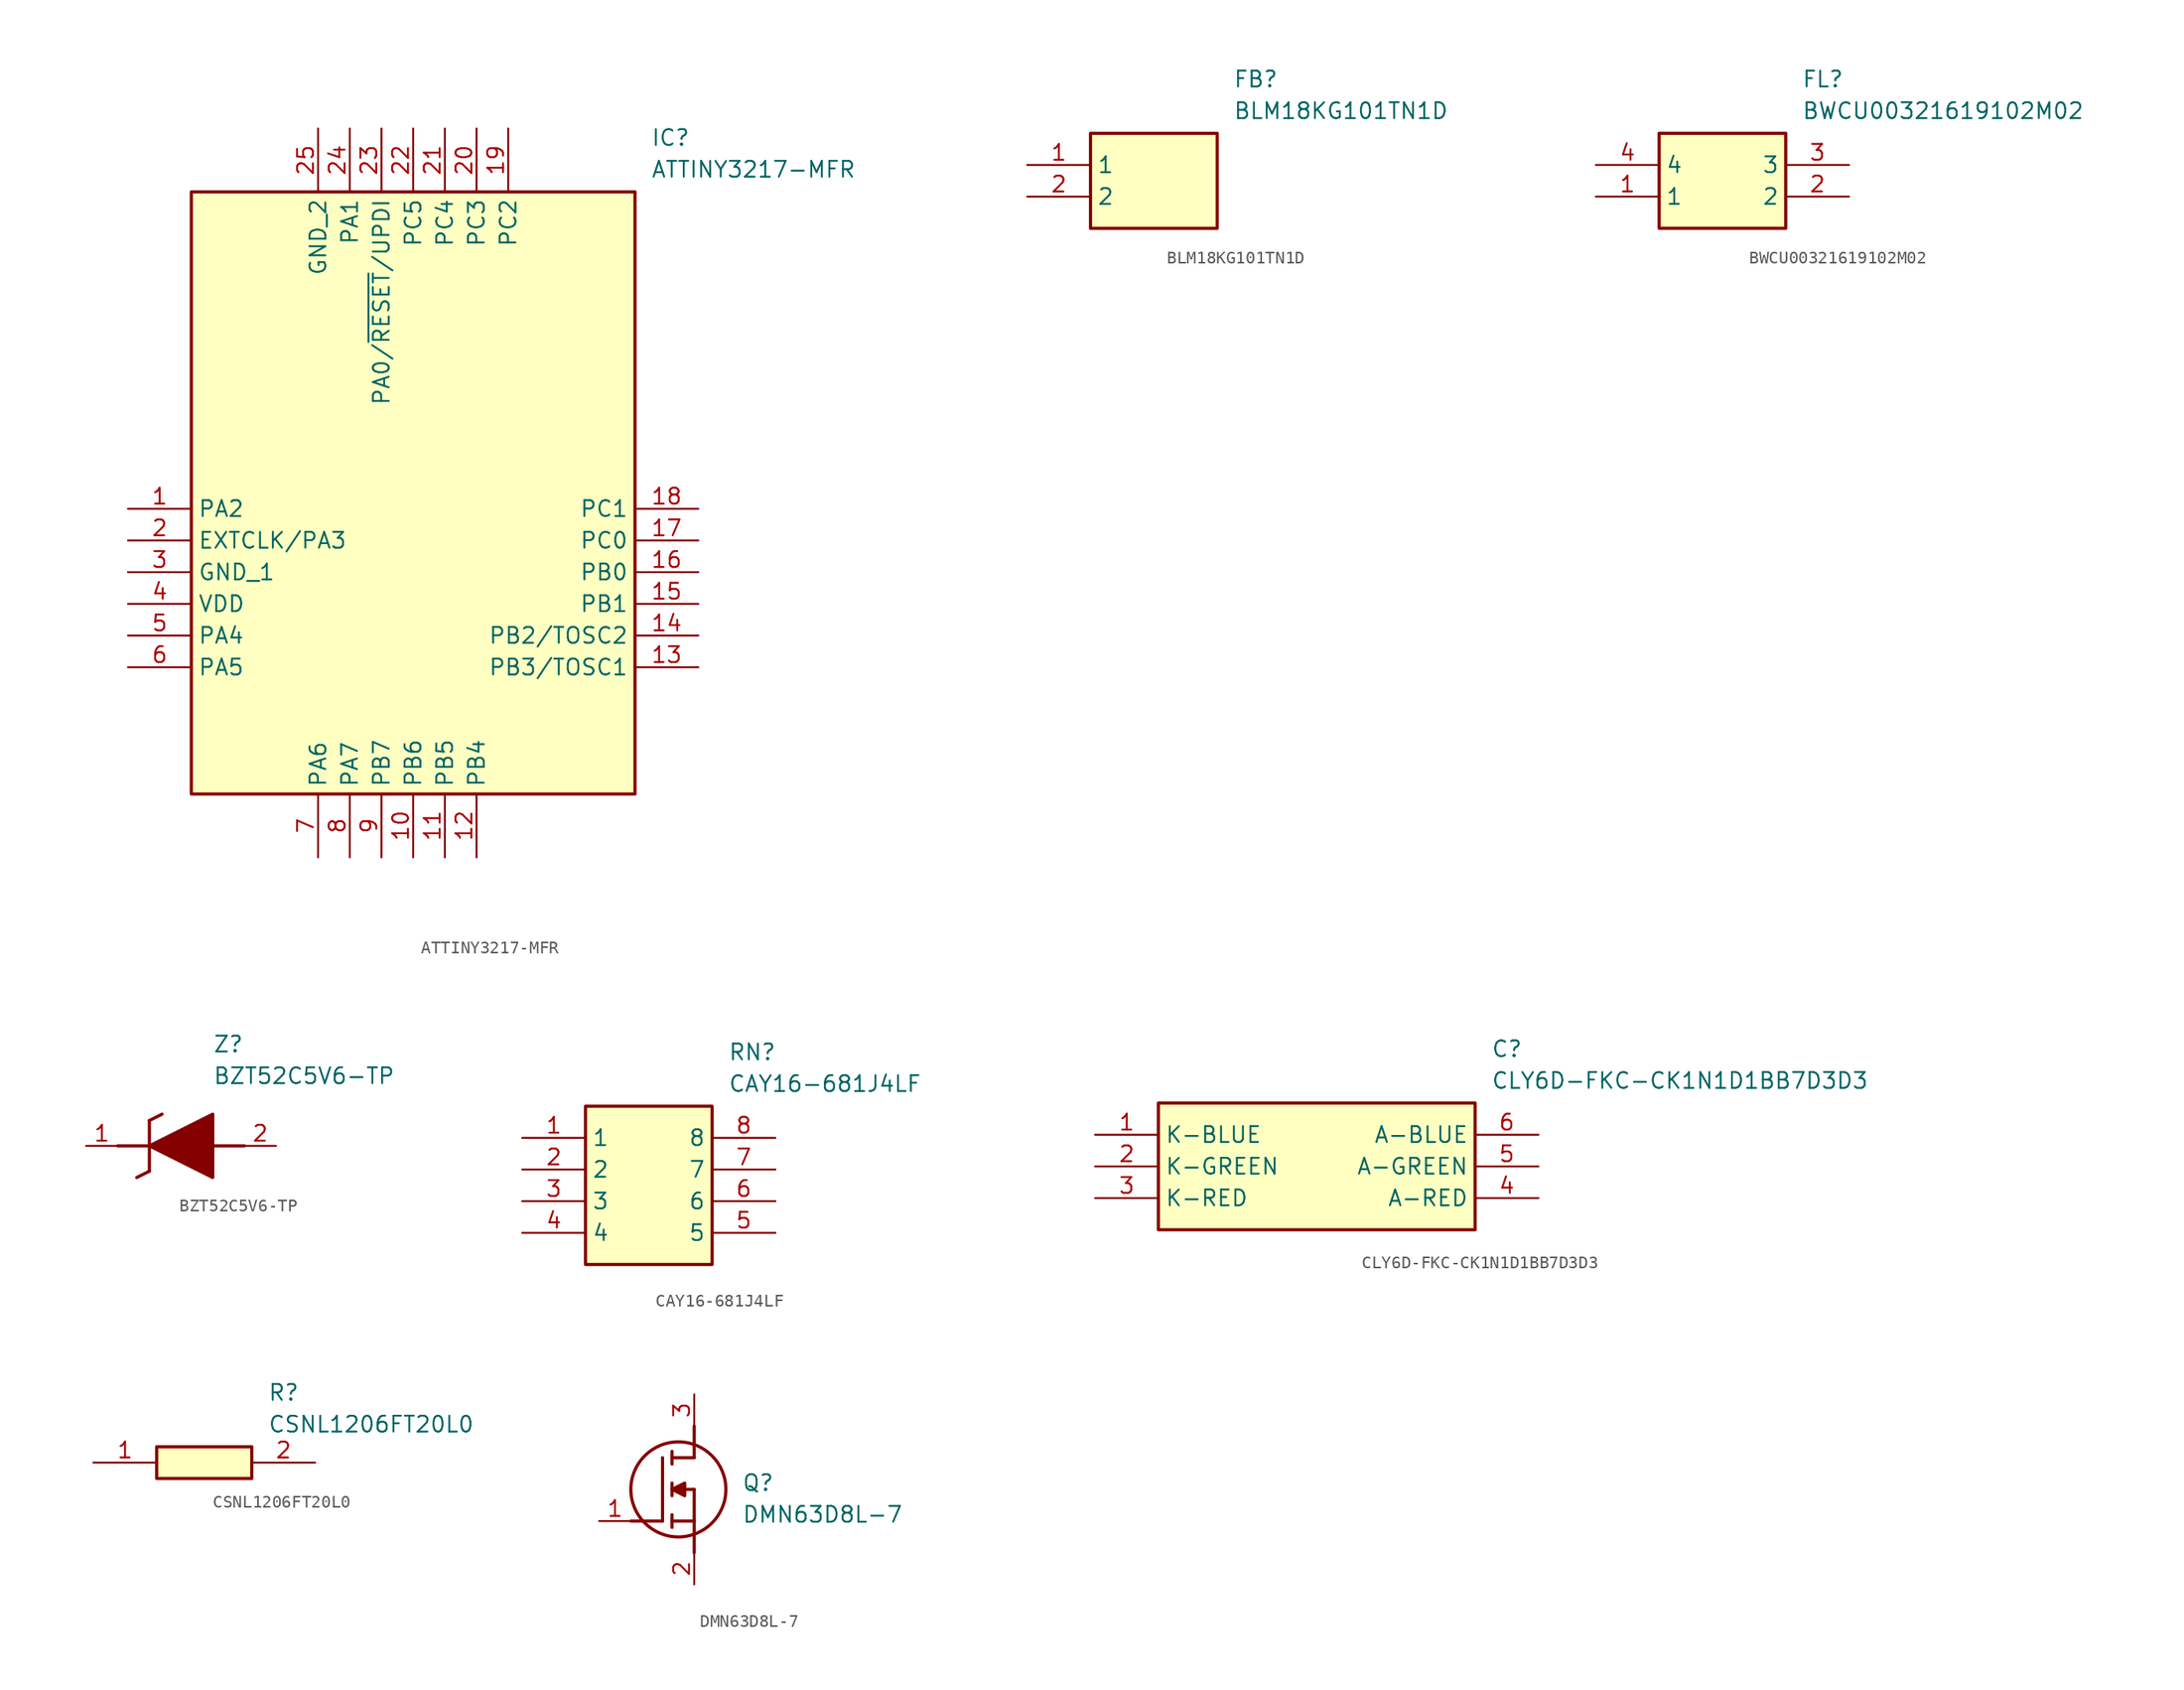
<source format=kicad_sym>
(kicad_symbol_lib
  (version 20231120)
  (generator "kicad_symbol_editor")
  (generator_version "8.0")
  (symbol "ATTINY3217-MFR"
    (property "Reference" "IC"
      (at 41.91 30.48 0)
      (effects (font (size 1.27 1.27)) (justify left top)))
    (property "Value" "ATTINY3217-MFR"
      (at 41.91 27.94 0)
      (effects (font (size 1.27 1.27)) (justify left top)))
    (symbol "ATTINY3217-MFR_1_1"
      (rectangle (start 5.08 25.4) (end 40.64 -22.86) (stroke (width 0.254) (type default)) (fill (type background)))
      (pin passive line (at 0 0 0) (length 5.08) (name "PA2" (effects (font (size 1.27 1.27)))) (number "1" (effects (font (size 1.27 1.27)))))
      (pin passive line (at 22.86 -27.94 90) (length 5.08) (name "PB6" (effects (font (size 1.27 1.27)))) (number "10" (effects (font (size 1.27 1.27)))))
      (pin passive line (at 25.4 -27.94 90) (length 5.08) (name "PB5" (effects (font (size 1.27 1.27)))) (number "11" (effects (font (size 1.27 1.27)))))
      (pin passive line (at 27.94 -27.94 90) (length 5.08) (name "PB4" (effects (font (size 1.27 1.27)))) (number "12" (effects (font (size 1.27 1.27)))))
      (pin passive line (at 45.72 -12.7 180) (length 5.08) (name "PB3/TOSC1" (effects (font (size 1.27 1.27)))) (number "13" (effects (font (size 1.27 1.27)))))
      (pin passive line (at 45.72 -10.16 180) (length 5.08) (name "PB2/TOSC2" (effects (font (size 1.27 1.27)))) (number "14" (effects (font (size 1.27 1.27)))))
      (pin passive line (at 45.72 -7.62 180) (length 5.08) (name "PB1" (effects (font (size 1.27 1.27)))) (number "15" (effects (font (size 1.27 1.27)))))
      (pin passive line (at 45.72 -5.08 180) (length 5.08) (name "PB0" (effects (font (size 1.27 1.27)))) (number "16" (effects (font (size 1.27 1.27)))))
      (pin passive line (at 45.72 -2.54 180) (length 5.08) (name "PC0" (effects (font (size 1.27 1.27)))) (number "17" (effects (font (size 1.27 1.27)))))
      (pin passive line (at 45.72 0 180) (length 5.08) (name "PC1" (effects (font (size 1.27 1.27)))) (number "18" (effects (font (size 1.27 1.27)))))
      (pin passive line (at 30.48 30.48 270) (length 5.08) (name "PC2" (effects (font (size 1.27 1.27)))) (number "19" (effects (font (size 1.27 1.27)))))
      (pin passive line (at 0 -2.54 0) (length 5.08) (name "EXTCLK/PA3" (effects (font (size 1.27 1.27)))) (number "2" (effects (font (size 1.27 1.27)))))
      (pin passive line (at 27.94 30.48 270) (length 5.08) (name "PC3" (effects (font (size 1.27 1.27)))) (number "20" (effects (font (size 1.27 1.27)))))
      (pin passive line (at 25.4 30.48 270) (length 5.08) (name "PC4" (effects (font (size 1.27 1.27)))) (number "21" (effects (font (size 1.27 1.27)))))
      (pin passive line (at 22.86 30.48 270) (length 5.08) (name "PC5" (effects (font (size 1.27 1.27)))) (number "22" (effects (font (size 1.27 1.27)))))
      (pin passive line (at 20.32 30.48 270) (length 5.08) (name "PA0/~{RESET}/UPDI" (effects (font (size 1.27 1.27)))) (number "23" (effects (font (size 1.27 1.27)))))
      (pin passive line (at 17.78 30.48 270) (length 5.08) (name "PA1" (effects (font (size 1.27 1.27)))) (number "24" (effects (font (size 1.27 1.27)))))
      (pin passive line (at 15.24 30.48 270) (length 5.08) (name "GND_2" (effects (font (size 1.27 1.27)))) (number "25" (effects (font (size 1.27 1.27)))))
      (pin passive line (at 0 -5.08 0) (length 5.08) (name "GND_1" (effects (font (size 1.27 1.27)))) (number "3" (effects (font (size 1.27 1.27)))))
      (pin passive line (at 0 -7.62 0) (length 5.08) (name "VDD" (effects (font (size 1.27 1.27)))) (number "4" (effects (font (size 1.27 1.27)))))
      (pin passive line (at 0 -10.16 0) (length 5.08) (name "PA4" (effects (font (size 1.27 1.27)))) (number "5" (effects (font (size 1.27 1.27)))))
      (pin passive line (at 0 -12.7 0) (length 5.08) (name "PA5" (effects (font (size 1.27 1.27)))) (number "6" (effects (font (size 1.27 1.27)))))
      (pin passive line (at 15.24 -27.94 90) (length 5.08) (name "PA6" (effects (font (size 1.27 1.27)))) (number "7" (effects (font (size 1.27 1.27)))))
      (pin passive line (at 17.78 -27.94 90) (length 5.08) (name "PA7" (effects (font (size 1.27 1.27)))) (number "8" (effects (font (size 1.27 1.27)))))
      (pin passive line (at 20.32 -27.94 90) (length 5.08) (name "PB7" (effects (font (size 1.27 1.27)))) (number "9" (effects (font (size 1.27 1.27)))))))
  (symbol "BLM18KG101TN1D"
    (property "Reference" "FB"
      (at 16.51 7.62 0)
      (effects (font (size 1.27 1.27)) (justify left top)))
    (property "Value" "BLM18KG101TN1D"
      (at 16.51 5.08 0)
      (effects (font (size 1.27 1.27)) (justify left top)))
    (symbol "BLM18KG101TN1D_1_1"
      (rectangle (start 5.08 2.54) (end 15.24 -5.08) (stroke (width 0.254) (type default)) (fill (type background)))
      (pin passive line (at 0 0 0) (length 5.08) (name "1" (effects (font (size 1.27 1.27)))) (number "1" (effects (font (size 1.27 1.27)))))
      (pin passive line (at 0 -2.54 0) (length 5.08) (name "2" (effects (font (size 1.27 1.27)))) (number "2" (effects (font (size 1.27 1.27)))))))
  (symbol "BWCU00321619102M02"
    (property "Reference" "FL"
      (at 16.51 7.62 0)
      (effects (font (size 1.27 1.27)) (justify left top)))
    (property "Value" "BWCU00321619102M02"
      (at 16.51 5.08 0)
      (effects (font (size 1.27 1.27)) (justify left top)))
    (symbol "BWCU00321619102M02_1_1"
      (rectangle (start 5.08 2.54) (end 15.24 -5.08) (stroke (width 0.254) (type default)) (fill (type background)))
      (pin passive line (at 0 -2.54 0) (length 5.08) (name "1" (effects (font (size 1.27 1.27)))) (number "1" (effects (font (size 1.27 1.27)))))
      (pin passive line (at 20.32 -2.54 180) (length 5.08) (name "2" (effects (font (size 1.27 1.27)))) (number "2" (effects (font (size 1.27 1.27)))))
      (pin passive line (at 20.32 0 180) (length 5.08) (name "3" (effects (font (size 1.27 1.27)))) (number "3" (effects (font (size 1.27 1.27)))))
      (pin passive line (at 0 0 0) (length 5.08) (name "4" (effects (font (size 1.27 1.27)))) (number "4" (effects (font (size 1.27 1.27)))))))
  (symbol "BZT52C5V6-TP"
    (pin_names hide)
    (property "Reference" "Z"
      (at 10.16 8.89 0)
      (effects (font (size 1.27 1.27)) (justify left top)))
    (property "Value" "BZT52C5V6-TP"
      (at 10.16 6.35 0)
      (effects (font (size 1.27 1.27)) (justify left top)))
    (polyline
      (pts (xy 5.08 2.032) (xy 5.08 -2.032))
      (stroke (width 0.254) (type default))
      (fill (type none)))
    (polyline
      (pts (xy 5.08 2.032) (xy 6.096 2.54))
      (stroke (width 0.254) (type default))
      (fill (type none)))
    (polyline
      (pts (xy 4.064 -2.54) (xy 5.08 -2.032))
      (stroke (width 0.254) (type default))
      (fill (type none)))
    (polyline
      (pts (xy 2.54 0) (xy 5.08 0))
      (stroke (width 0.254) (type default))
      (fill (type none)))
    (polyline
      (pts (xy 12.7 0) (xy 10.16 0))
      (stroke (width 0.254) (type default))
      (fill (type none)))
    (polyline
      (pts (xy 5.08 0) (xy 10.16 2.54) (xy 10.16 -2.54) (xy 5.08 0))
      (stroke (width 0.254) (type default))
      (fill (type outline)))
    (pin passive line
      (at 0 0 0)
      (length 2.54)
      (name "K" (effects (font (size 1.27 1.27))))
      (number "1" (effects (font (size 1.27 1.27)))))
    (pin passive line
      (at 15.24 0 180)
      (length 2.54)
      (name "A" (effects (font (size 1.27 1.27))))
      (number "2" (effects (font (size 1.27 1.27))))))
  (symbol "CAY16-681J4LF"
    (property "Reference" "RN"
      (at 16.51 7.62 0)
      (effects (font (size 1.27 1.27)) (justify left top)))
    (property "Value" "CAY16-681J4LF"
      (at 16.51 5.08 0)
      (effects (font (size 1.27 1.27)) (justify left top)))
    (symbol "CAY16-681J4LF_1_1"
      (rectangle (start 5.08 2.54) (end 15.24 -10.16) (stroke (width 0.254) (type default)) (fill (type background)))
      (pin passive line (at 0 0 0) (length 5.08) (name "1" (effects (font (size 1.27 1.27)))) (number "1" (effects (font (size 1.27 1.27)))))
      (pin passive line (at 0 -2.54 0) (length 5.08) (name "2" (effects (font (size 1.27 1.27)))) (number "2" (effects (font (size 1.27 1.27)))))
      (pin passive line (at 0 -5.08 0) (length 5.08) (name "3" (effects (font (size 1.27 1.27)))) (number "3" (effects (font (size 1.27 1.27)))))
      (pin passive line (at 0 -7.62 0) (length 5.08) (name "4" (effects (font (size 1.27 1.27)))) (number "4" (effects (font (size 1.27 1.27)))))
      (pin passive line (at 20.32 -7.62 180) (length 5.08) (name "5" (effects (font (size 1.27 1.27)))) (number "5" (effects (font (size 1.27 1.27)))))
      (pin passive line (at 20.32 -5.08 180) (length 5.08) (name "6" (effects (font (size 1.27 1.27)))) (number "6" (effects (font (size 1.27 1.27)))))
      (pin passive line (at 20.32 -2.54 180) (length 5.08) (name "7" (effects (font (size 1.27 1.27)))) (number "7" (effects (font (size 1.27 1.27)))))
      (pin passive line (at 20.32 0 180) (length 5.08) (name "8" (effects (font (size 1.27 1.27)))) (number "8" (effects (font (size 1.27 1.27)))))))
  (symbol "CLY6D-FKC-CK1N1D1BB7D3D3"
    (property "Reference" "C"
      (at 31.75 7.62 0)
      (effects (font (size 1.27 1.27)) (justify left top)))
    (property "Value" "CLY6D-FKC-CK1N1D1BB7D3D3"
      (at 31.75 5.08 0)
      (effects (font (size 1.27 1.27)) (justify left top)))
    (symbol "CLY6D-FKC-CK1N1D1BB7D3D3_1_1"
      (rectangle (start 5.08 2.54) (end 30.48 -7.62) (stroke (width 0.254) (type default)) (fill (type background)))
      (pin passive line (at 0 0 0) (length 5.08) (name "K-BLUE" (effects (font (size 1.27 1.27)))) (number "1" (effects (font (size 1.27 1.27)))))
      (pin passive line (at 0 -2.54 0) (length 5.08) (name "K-GREEN" (effects (font (size 1.27 1.27)))) (number "2" (effects (font (size 1.27 1.27)))))
      (pin passive line (at 0 -5.08 0) (length 5.08) (name "K-RED" (effects (font (size 1.27 1.27)))) (number "3" (effects (font (size 1.27 1.27)))))
      (pin passive line (at 35.56 -5.08 180) (length 5.08) (name "A-RED" (effects (font (size 1.27 1.27)))) (number "4" (effects (font (size 1.27 1.27)))))
      (pin passive line (at 35.56 -2.54 180) (length 5.08) (name "A-GREEN" (effects (font (size 1.27 1.27)))) (number "5" (effects (font (size 1.27 1.27)))))
      (pin passive line (at 35.56 0 180) (length 5.08) (name "A-BLUE" (effects (font (size 1.27 1.27)))) (number "6" (effects (font (size 1.27 1.27)))))))
  (symbol "CSNL1206FT20L0"
    (pin_names hide)
    (property "Reference" "R"
      (at 13.97 6.35 0)
      (effects (font (size 1.27 1.27)) (justify left top)))
    (property "Value" "CSNL1206FT20L0"
      (at 13.97 3.81 0)
      (effects (font (size 1.27 1.27)) (justify left top)))
    (rectangle
      (start 5.08 1.27)
      (end 12.7 -1.27)
      (stroke (width 0.254) (type default))
      (fill (type background)))
    (pin passive line
      (at 0 0 0)
      (length 5.08)
      (name "1" (effects (font (size 1.27 1.27))))
      (number "1" (effects (font (size 1.27 1.27)))))
    (pin passive line
      (at 17.78 0 180)
      (length 5.08)
      (name "2" (effects (font (size 1.27 1.27))))
      (number "2" (effects (font (size 1.27 1.27))))))
  (symbol "DMN63D8L-7"
    (pin_names hide)
    (property "Reference" "Q"
      (at 11.43 3.81 0)
      (effects (font (size 1.27 1.27)) (justify left top)))
    (property "Value" "DMN63D8L-7"
      (at 11.43 1.27 0)
      (effects (font (size 1.27 1.27)) (justify left top)))
    (symbol "DMN63D8L-7_1_1"
      (polyline (pts (xy 2.54 0) (xy 5.08 0)) (stroke (width 0.254) (type default)) (fill (type none)))
      (polyline (pts (xy 5.08 5.08) (xy 5.08 0)) (stroke (width 0.254) (type default)) (fill (type none)))
      (polyline (pts (xy 5.842 -0.508) (xy 5.842 0.508)) (stroke (width 0.254) (type default)) (fill (type none)))
      (polyline (pts (xy 5.842 0) (xy 7.62 0)) (stroke (width 0.254) (type default)) (fill (type none)))
      (polyline (pts (xy 5.842 2.032) (xy 5.842 3.048)) (stroke (width 0.254) (type default)) (fill (type none)))
      (polyline (pts (xy 5.842 5.588) (xy 5.842 4.572)) (stroke (width 0.254) (type default)) (fill (type none)))
      (polyline (pts (xy 7.62 2.54) (xy 5.842 2.54)) (stroke (width 0.254) (type default)) (fill (type none)))
      (polyline (pts (xy 7.62 2.54) (xy 7.62 -2.54)) (stroke (width 0.254) (type default)) (fill (type none)))
      (polyline (pts (xy 7.62 5.08) (xy 5.842 5.08)) (stroke (width 0.254) (type default)) (fill (type none)))
      (polyline (pts (xy 7.62 5.08) (xy 7.62 7.62)) (stroke (width 0.254) (type default)) (fill (type none)))
      (polyline (pts (xy 5.842 2.54) (xy 6.858 3.048) (xy 6.858 2.032) (xy 5.842 2.54)) (stroke (width 0.254) (type default)) (fill (type outline)))
      (circle (center 6.35 2.54) (radius 3.81) (stroke (width 0.254) (type default)) (fill (type none)))
      (pin passive line (at 0 0 0) (length 2.54) (name "G" (effects (font (size 1.27 1.27)))) (number "1" (effects (font (size 1.27 1.27)))))
      (pin passive line (at 7.62 -5.08 90) (length 2.54) (name "S" (effects (font (size 1.27 1.27)))) (number "2" (effects (font (size 1.27 1.27)))))
      (pin passive line (at 7.62 10.16 270) (length 2.54) (name "D" (effects (font (size 1.27 1.27)))) (number "3" (effects (font (size 1.27 1.27))))))))
</source>
